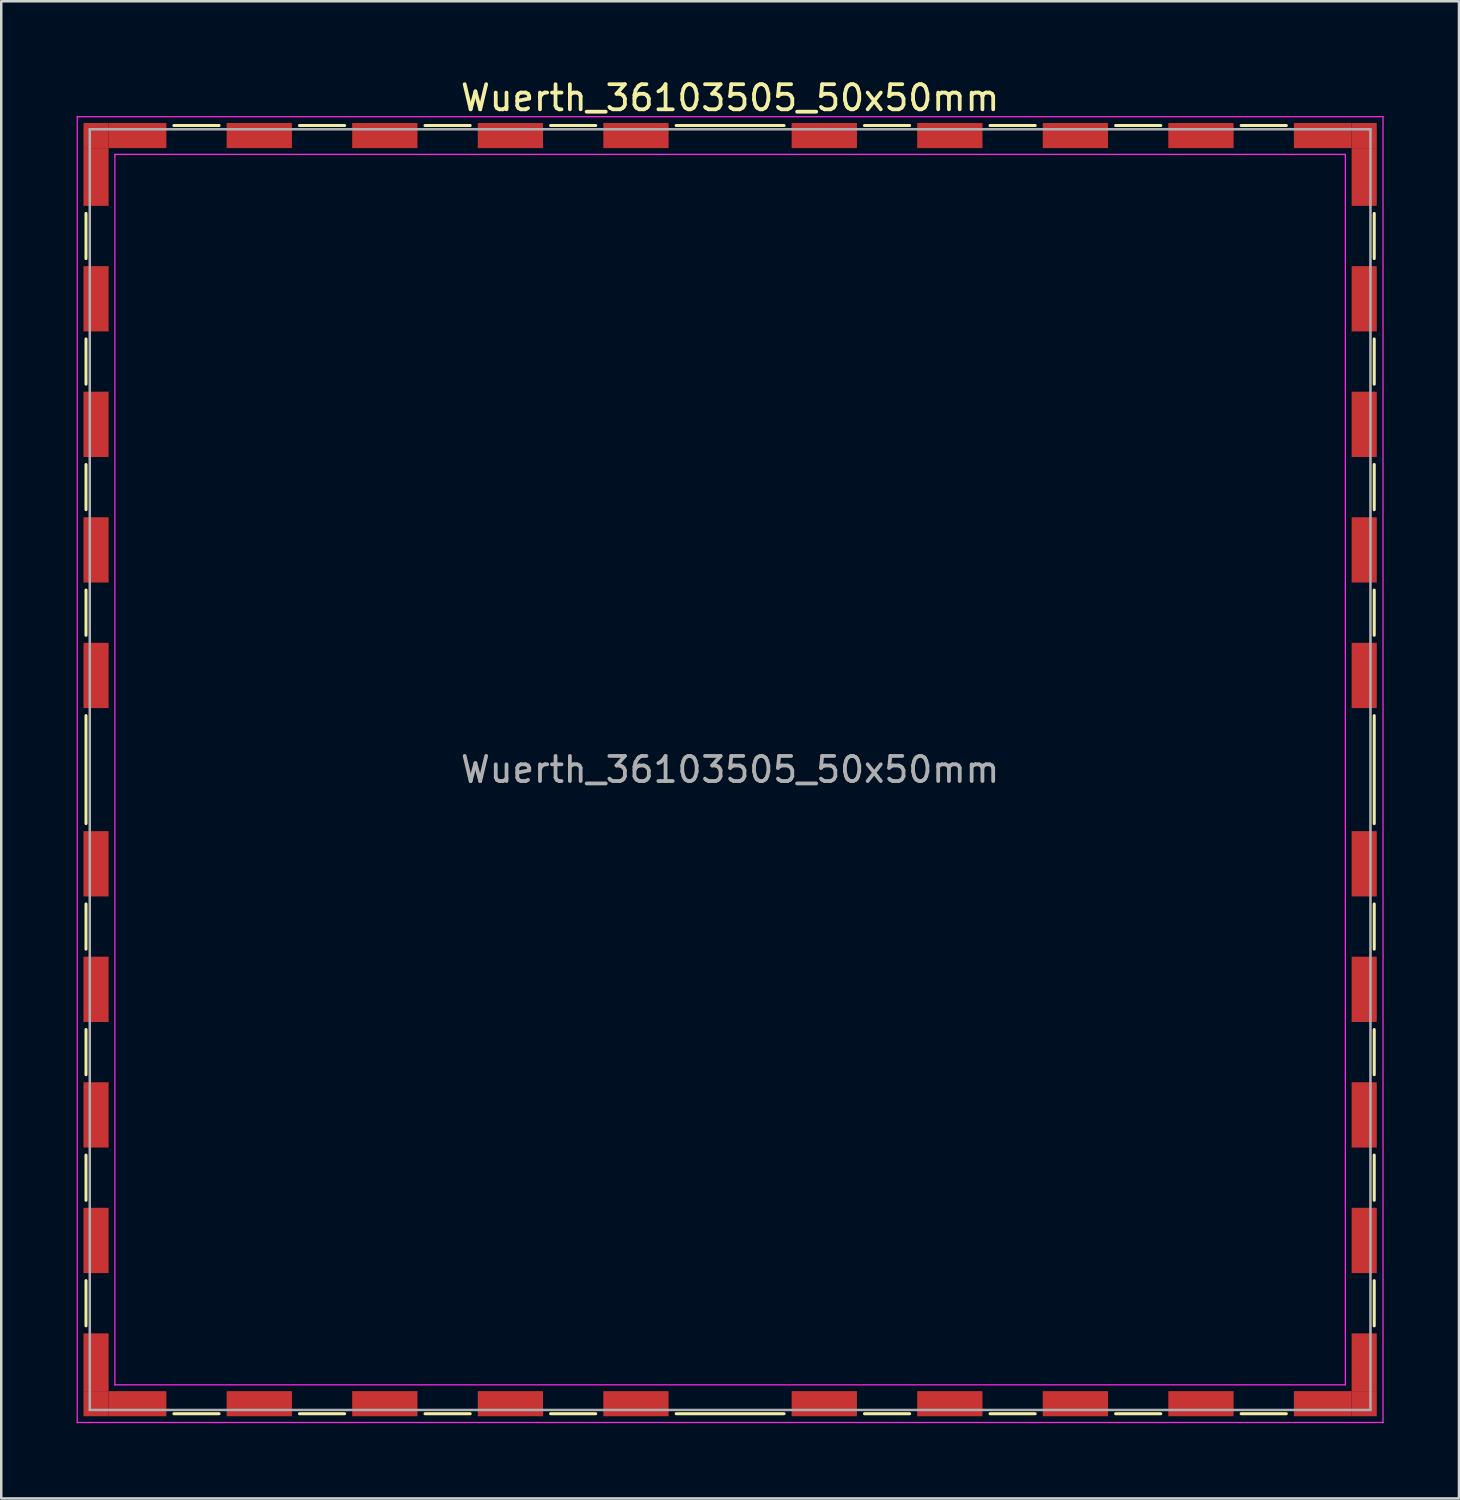
<source format=kicad_pcb>
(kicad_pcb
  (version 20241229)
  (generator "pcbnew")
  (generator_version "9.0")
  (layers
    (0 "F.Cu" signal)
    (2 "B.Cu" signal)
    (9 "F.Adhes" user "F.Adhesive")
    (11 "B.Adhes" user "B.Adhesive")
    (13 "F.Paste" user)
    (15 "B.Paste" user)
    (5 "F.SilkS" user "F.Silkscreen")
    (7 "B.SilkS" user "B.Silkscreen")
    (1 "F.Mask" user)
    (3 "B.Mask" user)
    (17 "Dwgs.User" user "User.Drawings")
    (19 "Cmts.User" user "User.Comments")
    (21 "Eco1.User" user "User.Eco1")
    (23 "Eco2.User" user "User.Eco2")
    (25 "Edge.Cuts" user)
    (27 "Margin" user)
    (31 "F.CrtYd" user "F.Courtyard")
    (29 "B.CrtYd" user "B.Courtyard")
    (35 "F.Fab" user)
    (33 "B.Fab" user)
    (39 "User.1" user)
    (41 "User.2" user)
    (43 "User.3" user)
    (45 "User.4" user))
  (footprint "Wuerth_36103505_50x50mm"
    (layer "F.Cu")
    (at 26.025 27.598)
    (property "Reference" "Wuerth_36103505_50x50mm" (at 0 -26.75 0) (layer "F.SilkS") (effects (font (size 1 1) (thickness 0.15))))
    (attr smd)
    (fp_line (start -25.65 -22.15) (end -25.65 -20.35) (stroke (width 0.12) (type solid)) (layer "F.SilkS"))
    (fp_line (start -25.65 -17.15) (end -25.65 -15.35) (stroke (width 0.12) (type solid)) (layer "F.SilkS"))
    (fp_line (start -25.65 -12.15) (end -25.65 -10.35) (stroke (width 0.12) (type solid)) (layer "F.SilkS"))
    (fp_line (start -25.65 -7.15) (end -25.65 -5.35) (stroke (width 0.12) (type solid)) (layer "F.SilkS"))
    (fp_line (start -25.65 -2.15) (end -25.65 2.15) (stroke (width 0.12) (type solid)) (layer "F.SilkS"))
    (fp_line (start -25.65 5.35) (end -25.65 7.15) (stroke (width 0.12) (type solid)) (layer "F.SilkS"))
    (fp_line (start -25.65 10.35) (end -25.65 12.15) (stroke (width 0.12) (type solid)) (layer "F.SilkS"))
    (fp_line (start -25.65 15.35) (end -25.65 17.15) (stroke (width 0.12) (type solid)) (layer "F.SilkS"))
    (fp_line (start -25.65 20.35) (end -25.65 22.15) (stroke (width 0.12) (type solid)) (layer "F.SilkS"))
    (fp_line (start -22.15 -25.65) (end -20.35 -25.65) (stroke (width 0.12) (type solid)) (layer "F.SilkS"))
    (fp_line (start -22.15 25.65) (end -20.35 25.65) (stroke (width 0.12) (type solid)) (layer "F.SilkS"))
    (fp_line (start -17.15 -25.65) (end -15.35 -25.65) (stroke (width 0.12) (type solid)) (layer "F.SilkS"))
    (fp_line (start -17.15 25.65) (end -15.35 25.65) (stroke (width 0.12) (type solid)) (layer "F.SilkS"))
    (fp_line (start -12.15 -25.65) (end -10.35 -25.65) (stroke (width 0.12) (type solid)) (layer "F.SilkS"))
    (fp_line (start -12.15 25.65) (end -10.35 25.65) (stroke (width 0.12) (type solid)) (layer "F.SilkS"))
    (fp_line (start -7.15 -25.65) (end -5.35 -25.65) (stroke (width 0.12) (type solid)) (layer "F.SilkS"))
    (fp_line (start -7.15 25.65) (end -5.35 25.65) (stroke (width 0.12) (type solid)) (layer "F.SilkS"))
    (fp_line (start -2.15 -25.65) (end 2.15 -25.65) (stroke (width 0.12) (type solid)) (layer "F.SilkS"))
    (fp_line (start -2.15 25.65) (end 2.15 25.65) (stroke (width 0.12) (type solid)) (layer "F.SilkS"))
    (fp_line (start 5.35 -25.65) (end 7.15 -25.65) (stroke (width 0.12) (type solid)) (layer "F.SilkS"))
    (fp_line (start 5.35 25.65) (end 7.15 25.65) (stroke (width 0.12) (type solid)) (layer "F.SilkS"))
    (fp_line (start 10.35 -25.65) (end 12.15 -25.65) (stroke (width 0.12) (type solid)) (layer "F.SilkS"))
    (fp_line (start 10.35 25.65) (end 12.15 25.65) (stroke (width 0.12) (type solid)) (layer "F.SilkS"))
    (fp_line (start 15.35 -25.65) (end 17.15 -25.65) (stroke (width 0.12) (type solid)) (layer "F.SilkS"))
    (fp_line (start 15.35 25.65) (end 17.15 25.65) (stroke (width 0.12) (type solid)) (layer "F.SilkS"))
    (fp_line (start 20.35 -25.65) (end 22.15 -25.65) (stroke (width 0.12) (type solid)) (layer "F.SilkS"))
    (fp_line (start 20.35 25.65) (end 22.15 25.65) (stroke (width 0.12) (type solid)) (layer "F.SilkS"))
    (fp_line (start 25.65 -22.15) (end 25.65 -20.35) (stroke (width 0.12) (type solid)) (layer "F.SilkS"))
    (fp_line (start 25.65 -17.15) (end 25.65 -15.35) (stroke (width 0.12) (type solid)) (layer "F.SilkS"))
    (fp_line (start 25.65 -12.15) (end 25.65 -10.35) (stroke (width 0.12) (type solid)) (layer "F.SilkS"))
    (fp_line (start 25.65 -7.15) (end 25.65 -5.35) (stroke (width 0.12) (type solid)) (layer "F.SilkS"))
    (fp_line (start 25.65 -2.15) (end 25.65 2.15) (stroke (width 0.12) (type solid)) (layer "F.SilkS"))
    (fp_line (start 25.65 5.35) (end 25.65 7.15) (stroke (width 0.12) (type solid)) (layer "F.SilkS"))
    (fp_line (start 25.65 10.35) (end 25.65 12.15) (stroke (width 0.12) (type solid)) (layer "F.SilkS"))
    (fp_line (start 25.65 15.35) (end 25.65 17.15) (stroke (width 0.12) (type solid)) (layer "F.SilkS"))
    (fp_line (start 25.65 20.35) (end 25.65 22.15) (stroke (width 0.12) (type solid)) (layer "F.SilkS"))
    (fp_line (start -26 -26) (end -26 26) (stroke (width 0.05) (type solid)) (layer "F.CrtYd"))
    (fp_line (start -26 26) (end 26 26) (stroke (width 0.05) (type solid)) (layer "F.CrtYd"))
    (fp_line (start -24.5 -24.5) (end -24.5 24.5) (stroke (width 0.05) (type solid)) (layer "F.CrtYd"))
    (fp_line (start -24.5 24.5) (end 24.5 24.5) (stroke (width 0.05) (type solid)) (layer "F.CrtYd"))
    (fp_line (start 24.5 -24.5) (end -24.5 -24.5) (stroke (width 0.05) (type solid)) (layer "F.CrtYd"))
    (fp_line (start 24.5 24.5) (end 24.5 -24.5) (stroke (width 0.05) (type solid)) (layer "F.CrtYd"))
    (fp_line (start 26 -26) (end -26 -26) (stroke (width 0.05) (type solid)) (layer "F.CrtYd"))
    (fp_line (start 26 26) (end 26 -26) (stroke (width 0.05) (type solid)) (layer "F.CrtYd"))
    (fp_line (start -25.5 -25.5) (end -25.5 25.5) (stroke (width 0.1) (type solid)) (layer "F.Fab"))
    (fp_line (start -25.5 25.5) (end 25.5 25.5) (stroke (width 0.1) (type solid)) (layer "F.Fab"))
    (fp_line (start 25.5 -25.5) (end -25.5 -25.5) (stroke (width 0.1) (type solid)) (layer "F.Fab"))
    (fp_line (start 25.5 25.5) (end 25.5 -25.5) (stroke (width 0.1) (type solid)) (layer "F.Fab"))
    (fp_text user "${REFERENCE}" (at 0 0 0) (layer "F.Fab") (effects (font (size 1 1) (thickness 0.15))))
    (pad "1" smd rect (at -25.25 -25.25) (size 1 1) (layers "F.Cu" "F.Mask" "F.Paste"))
    (pad "1" smd rect (at -25.25 -23.6) (size 1 2.3) (layers "F.Cu" "F.Mask" "F.Paste"))
    (pad "1" smd rect (at -25.25 -18.75) (size 1 2.6) (layers "F.Cu" "F.Mask" "F.Paste"))
    (pad "1" smd rect (at -25.25 -13.75) (size 1 2.6) (layers "F.Cu" "F.Mask" "F.Paste"))
    (pad "1" smd rect (at -25.25 -8.75) (size 1 2.6) (layers "F.Cu" "F.Mask" "F.Paste"))
    (pad "1" smd rect (at -25.25 -3.75) (size 1 2.6) (layers "F.Cu" "F.Mask" "F.Paste"))
    (pad "1" smd rect (at -25.25 3.75) (size 1 2.6) (layers "F.Cu" "F.Mask" "F.Paste"))
    (pad "1" smd rect (at -25.25 8.75) (size 1 2.6) (layers "F.Cu" "F.Mask" "F.Paste"))
    (pad "1" smd rect (at -25.25 13.75) (size 1 2.6) (layers "F.Cu" "F.Mask" "F.Paste"))
    (pad "1" smd rect (at -25.25 18.75) (size 1 2.6) (layers "F.Cu" "F.Mask" "F.Paste"))
    (pad "1" smd rect (at -25.25 23.6) (size 1 2.3) (layers "F.Cu" "F.Mask" "F.Paste"))
    (pad "1" smd rect (at -25.25 25.25) (size 1 1) (layers "F.Cu" "F.Mask" "F.Paste"))
    (pad "1" smd rect (at -23.6 -25.25) (size 2.3 1) (layers "F.Cu" "F.Mask" "F.Paste"))
    (pad "1" smd rect (at -23.6 25.25) (size 2.3 1) (layers "F.Cu" "F.Mask" "F.Paste"))
    (pad "1" smd rect (at -18.75 -25.25) (size 2.6 1) (layers "F.Cu" "F.Mask" "F.Paste"))
    (pad "1" smd rect (at -18.75 25.25) (size 2.6 1) (layers "F.Cu" "F.Mask" "F.Paste"))
    (pad "1" smd rect (at -13.75 -25.25) (size 2.6 1) (layers "F.Cu" "F.Mask" "F.Paste"))
    (pad "1" smd rect (at -13.75 25.25) (size 2.6 1) (layers "F.Cu" "F.Mask" "F.Paste"))
    (pad "1" smd rect (at -8.75 -25.25) (size 2.6 1) (layers "F.Cu" "F.Mask" "F.Paste"))
    (pad "1" smd rect (at -8.75 25.25) (size 2.6 1) (layers "F.Cu" "F.Mask" "F.Paste"))
    (pad "1" smd rect (at -3.75 -25.25) (size 2.6 1) (layers "F.Cu" "F.Mask" "F.Paste"))
    (pad "1" smd rect (at -3.75 25.25) (size 2.6 1) (layers "F.Cu" "F.Mask" "F.Paste"))
    (pad "1" smd rect (at 3.75 -25.25) (size 2.6 1) (layers "F.Cu" "F.Mask" "F.Paste"))
    (pad "1" smd rect (at 3.75 25.25) (size 2.6 1) (layers "F.Cu" "F.Mask" "F.Paste"))
    (pad "1" smd rect (at 8.75 -25.25) (size 2.6 1) (layers "F.Cu" "F.Mask" "F.Paste"))
    (pad "1" smd rect (at 8.75 25.25) (size 2.6 1) (layers "F.Cu" "F.Mask" "F.Paste"))
    (pad "1" smd rect (at 13.75 -25.25) (size 2.6 1) (layers "F.Cu" "F.Mask" "F.Paste"))
    (pad "1" smd rect (at 13.75 25.25) (size 2.6 1) (layers "F.Cu" "F.Mask" "F.Paste"))
    (pad "1" smd rect (at 18.75 -25.25) (size 2.6 1) (layers "F.Cu" "F.Mask" "F.Paste"))
    (pad "1" smd rect (at 18.75 25.25) (size 2.6 1) (layers "F.Cu" "F.Mask" "F.Paste"))
    (pad "1" smd rect (at 23.6 -25.25) (size 2.3 1) (layers "F.Cu" "F.Mask" "F.Paste"))
    (pad "1" smd rect (at 23.6 25.25) (size 2.3 1) (layers "F.Cu" "F.Mask" "F.Paste"))
    (pad "1" smd rect (at 25.25 -25.25) (size 1 1) (layers "F.Cu" "F.Mask" "F.Paste"))
    (pad "1" smd rect (at 25.25 -23.6) (size 1 2.3) (layers "F.Cu" "F.Mask" "F.Paste"))
    (pad "1" smd rect (at 25.25 -18.75) (size 1 2.6) (layers "F.Cu" "F.Mask" "F.Paste"))
    (pad "1" smd rect (at 25.25 -13.75) (size 1 2.6) (layers "F.Cu" "F.Mask" "F.Paste"))
    (pad "1" smd rect (at 25.25 -8.75) (size 1 2.6) (layers "F.Cu" "F.Mask" "F.Paste"))
    (pad "1" smd rect (at 25.25 -3.75) (size 1 2.6) (layers "F.Cu" "F.Mask" "F.Paste"))
    (pad "1" smd rect (at 25.25 3.75) (size 1 2.6) (layers "F.Cu" "F.Mask" "F.Paste"))
    (pad "1" smd rect (at 25.25 8.75) (size 1 2.6) (layers "F.Cu" "F.Mask" "F.Paste"))
    (pad "1" smd rect (at 25.25 13.75) (size 1 2.6) (layers "F.Cu" "F.Mask" "F.Paste"))
    (pad "1" smd rect (at 25.25 18.75) (size 1 2.6) (layers "F.Cu" "F.Mask" "F.Paste"))
    (pad "1" smd rect (at 25.25 23.6) (size 1 2.3) (layers "F.Cu" "F.Mask" "F.Paste"))
    (pad "1" smd rect (at 25.25 25.25) (size 1 1) (layers "F.Cu" "F.Mask" "F.Paste")))
  (gr_rect
    (start -3 -3)
    (end 55.05 56.623)
    (stroke (width 0.1) (type default))
    (fill no)
    (layer "Edge.Cuts")))
</source>
